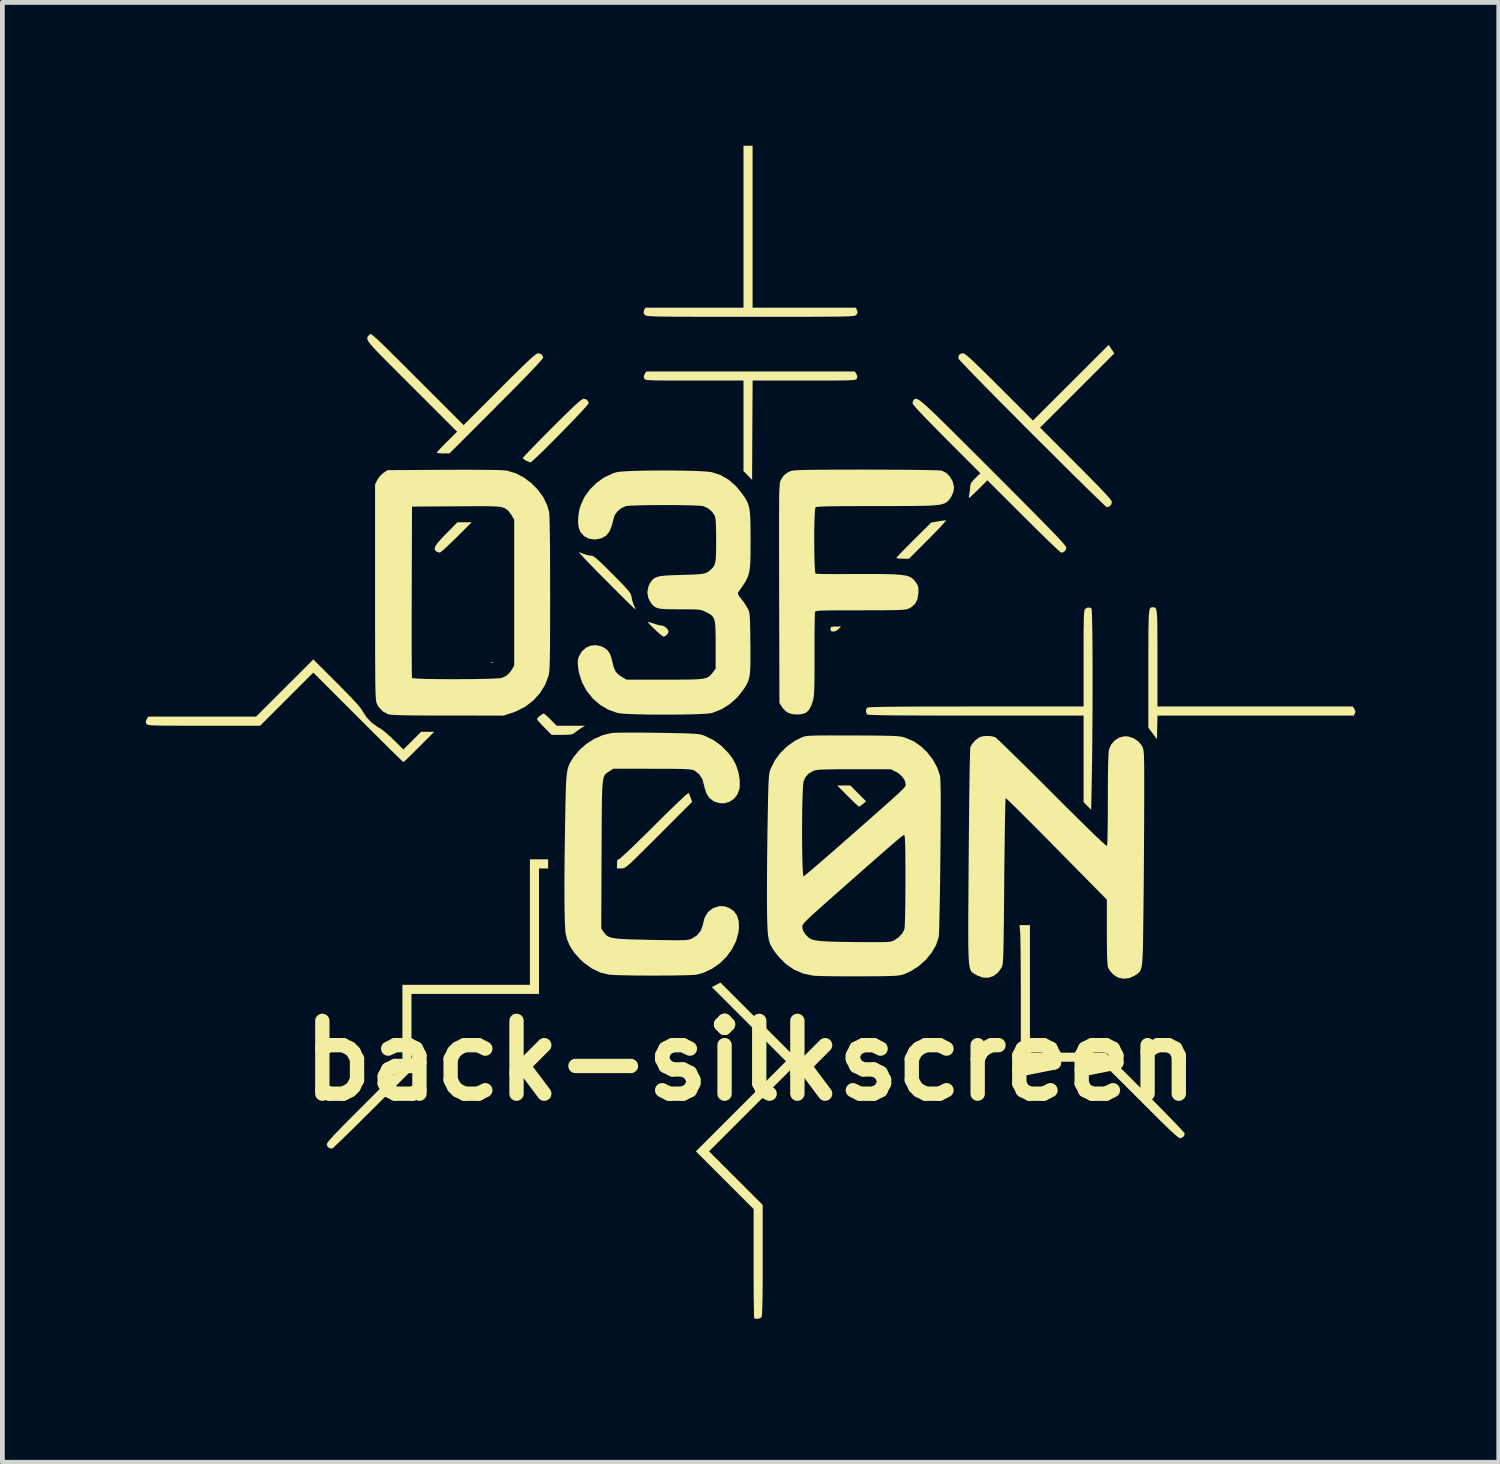
<source format=kicad_pcb>
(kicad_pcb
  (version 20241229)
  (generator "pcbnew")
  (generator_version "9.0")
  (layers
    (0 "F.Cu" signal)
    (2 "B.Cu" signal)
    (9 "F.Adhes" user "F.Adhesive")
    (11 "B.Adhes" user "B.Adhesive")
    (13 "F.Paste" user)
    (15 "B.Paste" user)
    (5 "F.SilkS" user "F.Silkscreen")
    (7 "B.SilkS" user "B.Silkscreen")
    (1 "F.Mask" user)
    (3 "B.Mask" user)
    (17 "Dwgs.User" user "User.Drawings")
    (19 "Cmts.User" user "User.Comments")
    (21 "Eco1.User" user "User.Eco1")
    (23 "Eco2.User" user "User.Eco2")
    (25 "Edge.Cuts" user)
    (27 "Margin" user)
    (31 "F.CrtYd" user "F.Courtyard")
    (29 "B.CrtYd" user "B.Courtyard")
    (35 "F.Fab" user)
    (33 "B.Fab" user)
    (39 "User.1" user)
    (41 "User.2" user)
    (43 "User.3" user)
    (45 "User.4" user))
  (footprint "back-silkscreen"
    (layer "F.Cu")
    (at 12.659 19.151)
    (property "Reference" "back-silkscreen" (at 0 0 0) (layer "F.SilkS") (effects (font (size 1.524 1.524) (thickness 0.3))))
    (attr board_only exclude_from_pos_files exclude_from_bom)
    (fp_poly (pts (xy -5.387 -8.338) (xy -5.393 -8.329) (xy -5.414 -8.327) (xy -5.437 -8.332) (xy -5.427 -8.34) (xy -5.394 -8.342)) (stroke (width 0) (type solid)) (fill yes) (layer "F.SilkS"))
    (fp_poly (pts (xy 1.843 -9.035) (xy 1.782 -8.993) (xy 1.733 -8.982) (xy 1.69 -8.989) (xy 1.675 -9.016) (xy 1.674 -9.035) (xy 1.677 -9.066) (xy 1.694 -9.082) (xy 1.735 -9.087) (xy 1.783 -9.088) (xy 1.893 -9.088)) (stroke (width 0) (type solid)) (fill yes) (layer "F.SilkS"))
    (fp_poly (pts (xy 2.253 -5.596) (xy 2.418 -5.43) (xy 2.351 -5.373) (xy 2.306 -5.338) (xy 2.275 -5.319) (xy 2.27 -5.317) (xy 2.251 -5.332) (xy 2.207 -5.371) (xy 2.145 -5.43) (xy 2.071 -5.503) (xy 2.034 -5.54) (xy 1.812 -5.762) (xy 2.088 -5.762)) (stroke (width 0) (type solid)) (fill yes) (layer "F.SilkS"))
    (fp_poly (pts (xy -5.986 -11.27) (xy -5.836 -11.27) (xy -6.155 -10.952) (xy -6.252 -10.858) (xy -6.339 -10.775) (xy -6.413 -10.707) (xy -6.468 -10.66) (xy -6.5 -10.637) (xy -6.505 -10.635) (xy -6.548 -10.646) (xy -6.572 -10.657) (xy -6.604 -10.684) (xy -6.613 -10.718) (xy -6.599 -10.764) (xy -6.56 -10.824) (xy -6.492 -10.904) (xy -6.395 -11.007) (xy -6.372 -11.03) (xy -6.135 -11.27)) (stroke (width 0) (type solid)) (fill yes) (layer "F.SilkS"))
    (fp_poly (pts (xy -2.134 -9.182) (xy -2.085 -9.168) (xy -2.033 -9.151) (xy -1.959 -9.128) (xy -1.893 -9.113) (xy -1.863 -9.11) (xy -1.809 -9.094) (xy -1.757 -9.055) (xy -1.723 -9.006) (xy -1.716 -8.979) (xy -1.733 -8.938) (xy -1.771 -8.898) (xy -1.814 -8.877) (xy -1.82 -8.876) (xy -1.846 -8.89) (xy -1.894 -8.928) (xy -1.957 -8.983) (xy -2.004 -9.028) (xy -2.069 -9.091) (xy -2.119 -9.143) (xy -2.149 -9.176) (xy -2.155 -9.185)) (stroke (width 0) (type solid)) (fill yes) (layer "F.SilkS"))
    (fp_poly (pts (xy 4.084 -11.298) (xy 4.051 -11.258) (xy 3.995 -11.196) (xy 3.919 -11.115) (xy 3.827 -11.02) (xy 3.723 -10.915) (xy 3.718 -10.91) (xy 3.316 -10.507) (xy 3.183 -10.507) (xy 3.114 -10.51) (xy 3.067 -10.516) (xy 3.051 -10.524) (xy 3.065 -10.542) (xy 3.106 -10.587) (xy 3.168 -10.652) (xy 3.249 -10.734) (xy 3.343 -10.829) (xy 3.416 -10.902) (xy 3.781 -11.264) (xy 3.922 -11.288) (xy 3.997 -11.301) (xy 4.059 -11.309) (xy 4.091 -11.312)) (stroke (width 0) (type solid)) (fill yes) (layer "F.SilkS"))
    (fp_poly (pts (xy -4.305 -7.252) (xy -4.262 -7.215) (xy -4.205 -7.161) (xy -4.184 -7.139) (xy -4.058 -7.012) (xy -3.761 -7.012) (xy -3.464 -7.012) (xy -3.538 -6.967) (xy -3.604 -6.923) (xy -3.667 -6.876) (xy -3.672 -6.872) (xy -3.703 -6.849) (xy -3.737 -6.834) (xy -3.784 -6.826) (xy -3.854 -6.822) (xy -3.948 -6.821) (xy -4.164 -6.821) (xy -4.317 -6.975) (xy -4.381 -7.042) (xy -4.432 -7.099) (xy -4.463 -7.138) (xy -4.47 -7.152) (xy -4.454 -7.177) (xy -4.417 -7.212) (xy -4.372 -7.245) (xy -4.335 -7.265) (xy -4.327 -7.266)) (stroke (width 0) (type solid)) (fill yes) (layer "F.SilkS"))
    (fp_poly (pts (xy -4.237 -4.025) (xy -4.428 -4.025) (xy -4.428 -1.398) (xy -7.097 -1.398) (xy -7.097 0.202) (xy -7.918 1.023) (xy -8.073 1.176) (xy -8.218 1.321) (xy -8.352 1.453) (xy -8.472 1.57) (xy -8.575 1.669) (xy -8.658 1.749) (xy -8.718 1.805) (xy -8.753 1.836) (xy -8.76 1.841) (xy -8.797 1.833) (xy -8.818 1.828) (xy -8.851 1.802) (xy -8.869 1.765) (xy -8.869 1.751) (xy -8.864 1.733) (xy -8.849 1.708) (xy -8.824 1.674) (xy -8.785 1.629) (xy -8.731 1.569) (xy -8.658 1.493) (xy -8.566 1.398) (xy -8.451 1.281) (xy -8.311 1.141) (xy -8.144 0.973) (xy -8.085 0.914) (xy -7.287 0.116) (xy -7.287 -1.589) (xy -4.618 -1.589) (xy -4.618 -4.216) (xy -4.237 -4.216)) (stroke (width 0) (type solid)) (fill yes) (layer "F.SilkS"))
    (fp_poly (pts (xy 0.194 -0.812) (xy 1.017 0.01) (xy 0.074 0.953) (xy -0.869 1.896) (xy 0.254 3.018) (xy 0.254 4.169) (xy 0.254 4.456) (xy 0.253 4.705) (xy 0.251 4.915) (xy 0.248 5.085) (xy 0.244 5.216) (xy 0.24 5.305) (xy 0.234 5.354) (xy 0.232 5.361) (xy 0.198 5.389) (xy 0.145 5.403) (xy 0.095 5.398) (xy 0.078 5.388) (xy 0.075 5.365) (xy 0.072 5.303) (xy 0.07 5.207) (xy 0.068 5.08) (xy 0.066 4.927) (xy 0.065 4.751) (xy 0.064 4.556) (xy 0.064 4.346) (xy 0.064 4.239) (xy 0.064 3.104) (xy -0.54 2.5) (xy -1.144 1.896) (xy -0.201 0.953) (xy 0.741 0.011) (xy -0.035 -0.766) (xy -0.811 -1.542) (xy -0.72 -1.589) (xy -0.629 -1.635)) (stroke (width 0) (type solid)) (fill yes) (layer "F.SilkS"))
    (fp_poly (pts (xy -1.28 -5.571) (xy -1.258 -5.516) (xy -1.252 -5.5) (xy -1.224 -5.418) (xy -1.92 -4.721) (xy -2.082 -4.559) (xy -2.218 -4.424) (xy -2.329 -4.314) (xy -2.418 -4.226) (xy -2.489 -4.158) (xy -2.545 -4.108) (xy -2.588 -4.072) (xy -2.621 -4.048) (xy -2.647 -4.034) (xy -2.668 -4.028) (xy -2.689 -4.025) (xy -2.706 -4.025) (xy -2.796 -4.025) (xy -2.796 -4.12) (xy -2.793 -4.181) (xy -2.781 -4.209) (xy -2.759 -4.216) (xy -2.737 -4.23) (xy -2.689 -4.272) (xy -2.616 -4.338) (xy -2.523 -4.425) (xy -2.413 -4.531) (xy -2.289 -4.652) (xy -2.153 -4.785) (xy -2.018 -4.919) (xy -1.861 -5.076) (xy -1.718 -5.216) (xy -1.593 -5.338) (xy -1.486 -5.44) (xy -1.401 -5.519) (xy -1.34 -5.573) (xy -1.305 -5.6) (xy -1.297 -5.603)) (stroke (width 0) (type solid)) (fill yes) (layer "F.SilkS"))
    (fp_poly (pts (xy 8.442 -9.49) (xy 8.46 -9.486) (xy 8.475 -9.475) (xy 8.487 -9.455) (xy 8.496 -9.42) (xy 8.503 -9.368) (xy 8.509 -9.296) (xy 8.512 -9.199) (xy 8.514 -9.075) (xy 8.515 -8.92) (xy 8.516 -8.731) (xy 8.516 -8.504) (xy 8.516 -8.427) (xy 8.516 -7.415) (xy 12.604 -7.415) (xy 12.637 -7.363) (xy 12.659 -7.315) (xy 12.65 -7.271) (xy 12.648 -7.268) (xy 12.624 -7.224) (xy 8.517 -7.224) (xy 8.511 -6.977) (xy 8.506 -6.73) (xy 8.325 -6.971) (xy 8.325 -8.206) (xy 8.325 -8.471) (xy 8.326 -8.697) (xy 8.326 -8.886) (xy 8.328 -9.043) (xy 8.33 -9.17) (xy 8.333 -9.271) (xy 8.338 -9.348) (xy 8.344 -9.404) (xy 8.352 -9.443) (xy 8.362 -9.468) (xy 8.375 -9.483) (xy 8.39 -9.489) (xy 8.408 -9.491) (xy 8.421 -9.491)) (stroke (width 0) (type solid)) (fill yes) (layer "F.SilkS"))
    (fp_poly (pts (xy 2.215 -14.375) (xy 2.236 -14.327) (xy 2.227 -14.284) (xy 2.225 -14.28) (xy 2.219 -14.27) (xy 2.21 -14.262) (xy 2.195 -14.255) (xy 2.169 -14.249) (xy 2.13 -14.245) (xy 2.074 -14.242) (xy 1.998 -14.239) (xy 1.897 -14.238) (xy 1.77 -14.237) (xy 1.611 -14.236) (xy 1.417 -14.236) (xy 1.186 -14.236) (xy 1.122 -14.236) (xy 0.043 -14.236) (xy 0.037 -13.197) (xy 0.032 -12.158) (xy -0.058 -12.25) (xy -0.148 -12.341) (xy -0.148 -14.236) (xy -1.175 -14.236) (xy -1.41 -14.236) (xy -1.606 -14.236) (xy -1.767 -14.237) (xy -1.896 -14.238) (xy -1.998 -14.239) (xy -2.075 -14.242) (xy -2.131 -14.245) (xy -2.17 -14.249) (xy -2.195 -14.255) (xy -2.211 -14.262) (xy -2.219 -14.27) (xy -2.225 -14.28) (xy -2.237 -14.323) (xy -2.218 -14.37) (xy -2.215 -14.375) (xy -2.181 -14.427) (xy 2.181 -14.427)) (stroke (width 0) (type solid)) (fill yes) (layer "F.SilkS"))
    (fp_poly (pts (xy 5.847 -0.169) (xy 7.425 -0.169) (xy 8.257 0.662) (xy 8.412 0.818) (xy 8.557 0.965) (xy 8.691 1.101) (xy 8.809 1.223) (xy 8.911 1.328) (xy 8.991 1.414) (xy 9.049 1.477) (xy 9.082 1.516) (xy 9.088 1.525) (xy 9.07 1.581) (xy 9.017 1.616) (xy 9.006 1.62) (xy 8.993 1.621) (xy 8.975 1.615) (xy 8.95 1.6) (xy 8.915 1.574) (xy 8.869 1.534) (xy 8.808 1.478) (xy 8.73 1.404) (xy 8.633 1.31) (xy 8.514 1.193) (xy 8.371 1.051) (xy 8.201 0.881) (xy 8.148 0.828) (xy 7.34 0.021) (xy 5.656 0.021) (xy 5.656 -1.266) (xy 5.656 -1.5) (xy 5.655 -1.725) (xy 5.654 -1.937) (xy 5.653 -2.132) (xy 5.651 -2.305) (xy 5.649 -2.452) (xy 5.647 -2.57) (xy 5.645 -2.653) (xy 5.642 -2.696) (xy 5.629 -2.839) (xy 5.847 -2.839)) (stroke (width 0) (type solid)) (fill yes) (layer "F.SilkS"))
    (fp_poly (pts (xy -3.43 -13.839) (xy -3.395 -13.795) (xy -3.389 -13.761) (xy -3.404 -13.738) (xy -3.445 -13.69) (xy -3.508 -13.619) (xy -3.589 -13.532) (xy -3.686 -13.43) (xy -3.793 -13.319) (xy -3.907 -13.201) (xy -4.024 -13.082) (xy -4.14 -12.965) (xy -4.251 -12.854) (xy -4.354 -12.752) (xy -4.445 -12.665) (xy -4.519 -12.595) (xy -4.573 -12.547) (xy -4.603 -12.524) (xy -4.607 -12.523) (xy -4.639 -12.534) (xy -4.69 -12.556) (xy -4.697 -12.56) (xy -4.742 -12.588) (xy -4.765 -12.612) (xy -4.766 -12.615) (xy -4.752 -12.635) (xy -4.71 -12.68) (xy -4.645 -12.749) (xy -4.559 -12.838) (xy -4.456 -12.944) (xy -4.339 -13.063) (xy -4.21 -13.192) (xy -4.157 -13.246) (xy -3.998 -13.404) (xy -3.866 -13.534) (xy -3.758 -13.639) (xy -3.673 -13.72) (xy -3.606 -13.78) (xy -3.557 -13.82) (xy -3.522 -13.844) (xy -3.499 -13.854) (xy -3.494 -13.855)) (stroke (width 0) (type solid)) (fill yes) (layer "F.SilkS"))
    (fp_poly (pts (xy -3.498 -10.61) (xy -3.434 -10.589) (xy -3.389 -10.577) (xy -3.351 -10.572) (xy -3.336 -10.572) (xy -3.313 -10.568) (xy -3.283 -10.554) (xy -3.245 -10.526) (xy -3.193 -10.482) (xy -3.125 -10.419) (xy -3.036 -10.332) (xy -2.922 -10.218) (xy -2.888 -10.184) (xy -2.771 -10.066) (xy -2.68 -9.973) (xy -2.612 -9.901) (xy -2.563 -9.846) (xy -2.53 -9.804) (xy -2.51 -9.77) (xy -2.498 -9.74) (xy -2.492 -9.709) (xy -2.49 -9.7) (xy -2.473 -9.62) (xy -2.445 -9.542) (xy -2.438 -9.525) (xy -2.416 -9.478) (xy -2.41 -9.451) (xy -2.412 -9.448) (xy -2.43 -9.463) (xy -2.474 -9.504) (xy -2.541 -9.569) (xy -2.628 -9.655) (xy -2.733 -9.758) (xy -2.851 -9.876) (xy -2.979 -10.004) (xy -3.029 -10.055) (xy -3.159 -10.185) (xy -3.277 -10.306) (xy -3.38 -10.412) (xy -3.466 -10.502) (xy -3.532 -10.573) (xy -3.575 -10.621) (xy -3.592 -10.644) (xy -3.591 -10.645)) (stroke (width 0) (type solid)) (fill yes) (layer "F.SilkS"))
    (fp_poly (pts (xy 0.042 -15.761) (xy 2.204 -15.761) (xy 2.228 -15.708) (xy 2.241 -15.662) (xy 2.223 -15.623) (xy 2.214 -15.613) (xy 2.207 -15.606) (xy 2.198 -15.6) (xy 2.184 -15.595) (xy 2.163 -15.59) (xy 2.133 -15.586) (xy 2.09 -15.583) (xy 2.033 -15.58) (xy 1.959 -15.577) (xy 1.866 -15.575) (xy 1.751 -15.574) (xy 1.611 -15.573) (xy 1.445 -15.572) (xy 1.249 -15.571) (xy 1.022 -15.571) (xy 0.76 -15.571) (xy 0.462 -15.571) (xy 0.125 -15.57) (xy 0 -15.57) (xy -0.351 -15.57) (xy -0.662 -15.571) (xy -0.936 -15.571) (xy -1.175 -15.571) (xy -1.381 -15.572) (xy -1.557 -15.572) (xy -1.706 -15.573) (xy -1.829 -15.575) (xy -1.93 -15.577) (xy -2.01 -15.579) (xy -2.072 -15.582) (xy -2.12 -15.585) (xy -2.154 -15.589) (xy -2.178 -15.593) (xy -2.194 -15.598) (xy -2.204 -15.604) (xy -2.212 -15.61) (xy -2.214 -15.613) (xy -2.24 -15.653) (xy -2.234 -15.695) (xy -2.228 -15.708) (xy -2.204 -15.761) (xy -0.148 -15.761) (xy -0.148 -19.151) (xy 0.042 -19.151)) (stroke (width 0) (type solid)) (fill yes) (layer "F.SilkS"))
    (fp_poly (pts (xy 7.554 -14.894) (xy 7.613 -14.805) (xy 6.836 -14.028) (xy 6.059 -13.251) (xy 6.811 -12.498) (xy 6.986 -12.323) (xy 7.132 -12.175) (xy 7.253 -12.052) (xy 7.351 -11.951) (xy 7.426 -11.87) (xy 7.483 -11.807) (xy 7.523 -11.76) (xy 7.548 -11.725) (xy 7.56 -11.701) (xy 7.563 -11.689) (xy 7.544 -11.632) (xy 7.496 -11.596) (xy 7.453 -11.588) (xy 7.435 -11.602) (xy 7.388 -11.645) (xy 7.316 -11.714) (xy 7.22 -11.807) (xy 7.102 -11.921) (xy 6.965 -12.056) (xy 6.809 -12.209) (xy 6.638 -12.378) (xy 6.453 -12.562) (xy 6.257 -12.757) (xy 6.051 -12.962) (xy 5.894 -13.118) (xy 5.682 -13.331) (xy 5.479 -13.535) (xy 5.285 -13.73) (xy 5.105 -13.912) (xy 4.939 -14.081) (xy 4.789 -14.234) (xy 4.658 -14.368) (xy 4.547 -14.483) (xy 4.46 -14.575) (xy 4.396 -14.643) (xy 4.359 -14.684) (xy 4.35 -14.697) (xy 4.353 -14.755) (xy 4.39 -14.795) (xy 4.446 -14.808) (xy 4.465 -14.803) (xy 4.493 -14.785) (xy 4.533 -14.754) (xy 4.589 -14.706) (xy 4.661 -14.64) (xy 4.752 -14.552) (xy 4.865 -14.442) (xy 5.003 -14.306) (xy 5.167 -14.142) (xy 5.206 -14.104) (xy 5.91 -13.399) (xy 6.703 -14.191) (xy 7.495 -14.983)) (stroke (width 0) (type solid)) (fill yes) (layer "F.SilkS"))
    (fp_poly (pts (xy -8.663 -7.912) (xy -8.507 -7.754) (xy -8.379 -7.623) (xy -8.279 -7.516) (xy -8.204 -7.432) (xy -8.153 -7.367) (xy -8.123 -7.321) (xy -8.122 -7.319) (xy -8.039 -7.191) (xy -7.93 -7.076) (xy -7.808 -6.989) (xy -7.785 -6.976) (xy -7.725 -6.938) (xy -7.645 -6.876) (xy -7.554 -6.796) (xy -7.473 -6.719) (xy -7.266 -6.515) (xy -7.08 -6.7) (xy -6.895 -6.885) (xy -6.621 -6.885) (xy -6.938 -6.567) (xy -7.032 -6.473) (xy -7.117 -6.39) (xy -7.186 -6.322) (xy -7.237 -6.275) (xy -7.263 -6.251) (xy -7.266 -6.249) (xy -7.282 -6.264) (xy -7.326 -6.306) (xy -7.395 -6.373) (xy -7.486 -6.462) (xy -7.596 -6.571) (xy -7.724 -6.698) (xy -7.866 -6.839) (xy -8.02 -6.993) (xy -8.183 -7.156) (xy -8.214 -7.187) (xy -9.152 -8.124) (xy -9.708 -7.568) (xy -10.264 -7.012) (xy -11.444 -7.012) (xy -11.697 -7.012) (xy -11.912 -7.012) (xy -12.09 -7.013) (xy -12.237 -7.013) (xy -12.354 -7.015) (xy -12.445 -7.017) (xy -12.515 -7.019) (xy -12.565 -7.023) (xy -12.599 -7.027) (xy -12.622 -7.033) (xy -12.635 -7.04) (xy -12.643 -7.048) (xy -12.648 -7.056) (xy -12.659 -7.1) (xy -12.64 -7.147) (xy -12.637 -7.151) (xy -12.604 -7.203) (xy -10.349 -7.203) (xy -9.75 -7.801) (xy -9.152 -8.399)) (stroke (width 0) (type solid)) (fill yes) (layer "F.SilkS"))
    (fp_poly (pts (xy -7.943 -15.205) (xy -7.92 -15.191) (xy -7.889 -15.167) (xy -7.846 -15.13) (xy -7.789 -15.078) (xy -7.716 -15.008) (xy -7.625 -14.92) (xy -7.514 -14.81) (xy -7.38 -14.677) (xy -7.221 -14.519) (xy -7.035 -14.333) (xy -6.974 -14.272) (xy -6.006 -13.304) (xy -5.254 -14.056) (xy -5.077 -14.233) (xy -4.927 -14.381) (xy -4.802 -14.504) (xy -4.7 -14.602) (xy -4.618 -14.679) (xy -4.555 -14.735) (xy -4.508 -14.774) (xy -4.475 -14.797) (xy -4.453 -14.807) (xy -4.448 -14.808) (xy -4.384 -14.792) (xy -4.348 -14.748) (xy -4.343 -14.714) (xy -4.358 -14.689) (xy -4.404 -14.635) (xy -4.479 -14.552) (xy -4.585 -14.44) (xy -4.72 -14.3) (xy -4.885 -14.131) (xy -5.079 -13.935) (xy -5.303 -13.711) (xy -5.322 -13.691) (xy -6.302 -12.711) (xy -6.434 -12.711) (xy -6.503 -12.713) (xy -6.551 -12.719) (xy -6.567 -12.727) (xy -6.553 -12.747) (xy -6.514 -12.791) (xy -6.455 -12.853) (xy -6.383 -12.927) (xy -6.355 -12.954) (xy -6.143 -13.166) (xy -7.099 -14.121) (xy -7.293 -14.315) (xy -7.459 -14.482) (xy -7.599 -14.622) (xy -7.716 -14.74) (xy -7.81 -14.837) (xy -7.884 -14.916) (xy -7.941 -14.98) (xy -7.981 -15.03) (xy -8.006 -15.068) (xy -8.02 -15.099) (xy -8.023 -15.123) (xy -8.018 -15.143) (xy -8.007 -15.161) (xy -7.991 -15.181) (xy -7.976 -15.199) (xy -7.968 -15.206) (xy -7.958 -15.209)) (stroke (width 0) (type solid)) (fill yes) (layer "F.SilkS"))
    (fp_poly (pts (xy 7.111 -9.482) (xy 7.135 -9.465) (xy 7.139 -9.44) (xy 7.143 -9.376) (xy 7.147 -9.276) (xy 7.15 -9.144) (xy 7.153 -8.983) (xy 7.155 -8.797) (xy 7.156 -8.589) (xy 7.158 -8.363) (xy 7.158 -8.121) (xy 7.158 -7.868) (xy 7.158 -7.607) (xy 7.157 -7.34) (xy 7.155 -7.073) (xy 7.153 -6.807) (xy 7.151 -6.547) (xy 7.148 -6.295) (xy 7.144 -6.056) (xy 7.142 -5.925) (xy 7.129 -5.252) (xy 7.049 -5.333) (xy 6.97 -5.414) (xy 6.97 -7.224) (xy 4.718 -7.224) (xy 4.34 -7.224) (xy 4.003 -7.224) (xy 3.705 -7.225) (xy 3.443 -7.226) (xy 3.216 -7.227) (xy 3.023 -7.228) (xy 2.861 -7.23) (xy 2.728 -7.232) (xy 2.623 -7.235) (xy 2.543 -7.238) (xy 2.487 -7.241) (xy 2.454 -7.245) (xy 2.44 -7.249) (xy 2.419 -7.291) (xy 2.415 -7.319) (xy 2.426 -7.368) (xy 2.44 -7.389) (xy 2.454 -7.393) (xy 2.489 -7.397) (xy 2.545 -7.401) (xy 2.625 -7.403) (xy 2.731 -7.406) (xy 2.865 -7.408) (xy 3.028 -7.41) (xy 3.222 -7.411) (xy 3.449 -7.413) (xy 3.712 -7.413) (xy 4.011 -7.414) (xy 4.349 -7.414) (xy 4.718 -7.415) (xy 6.97 -7.415) (xy 6.97 -8.419) (xy 6.97 -8.654) (xy 6.97 -8.851) (xy 6.971 -9.012) (xy 6.973 -9.141) (xy 6.975 -9.243) (xy 6.978 -9.319) (xy 6.982 -9.375) (xy 6.986 -9.414) (xy 6.992 -9.439) (xy 7 -9.454) (xy 7.003 -9.457) (xy 7.056 -9.487)) (stroke (width 0) (type solid)) (fill yes) (layer "F.SilkS"))
    (fp_poly (pts (xy 3.476 -13.853) (xy 3.501 -13.843) (xy 3.533 -13.824) (xy 3.574 -13.793) (xy 3.627 -13.75) (xy 3.692 -13.692) (xy 3.771 -13.619) (xy 3.867 -13.528) (xy 3.98 -13.417) (xy 4.114 -13.286) (xy 4.268 -13.133) (xy 4.446 -12.956) (xy 4.65 -12.753) (xy 4.88 -12.523) (xy 5.079 -12.324) (xy 5.333 -12.07) (xy 5.558 -11.844) (xy 5.756 -11.645) (xy 5.929 -11.47) (xy 6.078 -11.319) (xy 6.205 -11.19) (xy 6.312 -11.08) (xy 6.399 -10.989) (xy 6.468 -10.915) (xy 6.522 -10.856) (xy 6.562 -10.81) (xy 6.588 -10.776) (xy 6.604 -10.753) (xy 6.609 -10.738) (xy 6.61 -10.736) (xy 6.591 -10.679) (xy 6.543 -10.642) (xy 6.5 -10.635) (xy 6.48 -10.649) (xy 6.434 -10.691) (xy 6.363 -10.757) (xy 6.271 -10.845) (xy 6.161 -10.951) (xy 6.036 -11.073) (xy 5.899 -11.209) (xy 5.752 -11.354) (xy 5.715 -11.391) (xy 4.957 -12.148) (xy 4.771 -11.963) (xy 4.699 -11.893) (xy 4.638 -11.835) (xy 4.594 -11.795) (xy 4.573 -11.779) (xy 4.572 -11.778) (xy 4.568 -11.797) (xy 4.574 -11.842) (xy 4.578 -11.858) (xy 4.591 -11.934) (xy 4.596 -12.01) (xy 4.596 -12.012) (xy 4.603 -12.06) (xy 4.624 -12.104) (xy 4.669 -12.158) (xy 4.703 -12.192) (xy 4.809 -12.296) (xy 4.099 -13.007) (xy 3.913 -13.195) (xy 3.754 -13.357) (xy 3.623 -13.492) (xy 3.521 -13.601) (xy 3.447 -13.683) (xy 3.403 -13.737) (xy 3.389 -13.761) (xy 3.401 -13.809) (xy 3.415 -13.829) (xy 3.428 -13.841) (xy 3.441 -13.851) (xy 3.457 -13.855)) (stroke (width 0) (type solid)) (fill yes) (layer "F.SilkS"))
    (fp_poly (pts (xy -5.635 -12.368) (xy -5.455 -12.366) (xy -5.312 -12.364) (xy -5.203 -12.36) (xy -5.129 -12.354) (xy -5.095 -12.35) (xy -4.916 -12.296) (xy -4.745 -12.207) (xy -4.587 -12.089) (xy -4.449 -11.948) (xy -4.335 -11.79) (xy -4.254 -11.62) (xy -4.216 -11.484) (xy -4.212 -11.44) (xy -4.208 -11.356) (xy -4.205 -11.234) (xy -4.202 -11.076) (xy -4.199 -10.884) (xy -4.197 -10.66) (xy -4.196 -10.407) (xy -4.195 -10.127) (xy -4.195 -9.821) (xy -4.194 -9.778) (xy -4.195 -9.473) (xy -4.195 -9.208) (xy -4.196 -8.98) (xy -4.197 -8.784) (xy -4.198 -8.62) (xy -4.2 -8.483) (xy -4.202 -8.371) (xy -4.205 -8.28) (xy -4.208 -8.208) (xy -4.213 -8.152) (xy -4.218 -8.11) (xy -4.223 -8.077) (xy -4.227 -8.061) (xy -4.298 -7.871) (xy -4.405 -7.697) (xy -4.544 -7.543) (xy -4.711 -7.414) (xy -4.901 -7.315) (xy -5.004 -7.277) (xy -5.171 -7.224) (xy -6.341 -7.225) (xy -6.605 -7.225) (xy -6.83 -7.226) (xy -7.019 -7.227) (xy -7.175 -7.229) (xy -7.301 -7.232) (xy -7.4 -7.235) (xy -7.476 -7.239) (xy -7.532 -7.243) (xy -7.57 -7.249) (xy -7.591 -7.255) (xy -7.702 -7.315) (xy -7.786 -7.407) (xy -7.819 -7.467) (xy -7.826 -7.482) (xy -7.831 -7.501) (xy -7.836 -7.524) (xy -7.84 -7.556) (xy -7.844 -7.598) (xy -7.847 -7.653) (xy -7.85 -7.724) (xy -7.852 -7.812) (xy -7.854 -7.921) (xy -7.855 -8.052) (xy -7.856 -8.209) (xy -7.857 -8.393) (xy -7.858 -8.608) (xy -7.858 -8.855) (xy -7.859 -9.044) (xy -7.093 -9.044) (xy -7.093 -8.818) (xy -7.093 -8.614) (xy -7.092 -8.434) (xy -7.091 -8.282) (xy -7.09 -8.161) (xy -7.089 -8.074) (xy -7.088 -8.024) (xy -7.087 -8.013) (xy -7.064 -8.006) (xy -7.004 -8.001) (xy -6.912 -7.996) (xy -6.793 -7.992) (xy -6.653 -7.989) (xy -6.497 -7.987) (xy -6.33 -7.986) (xy -6.157 -7.986) (xy -5.984 -7.987) (xy -5.815 -7.988) (xy -5.657 -7.991) (xy -5.513 -7.994) (xy -5.39 -7.998) (xy -5.293 -8.003) (xy -5.227 -8.009) (xy -5.2 -8.015) (xy -5.106 -8.063) (xy -5.036 -8.13) (xy -4.996 -8.188) (xy -4.947 -8.272) (xy -4.947 -11.323) (xy -5.007 -11.426) (xy -5.065 -11.505) (xy -5.133 -11.557) (xy -5.159 -11.569) (xy -5.183 -11.579) (xy -5.21 -11.587) (xy -5.243 -11.593) (xy -5.288 -11.598) (xy -5.347 -11.602) (xy -5.426 -11.604) (xy -5.528 -11.606) (xy -5.657 -11.606) (xy -5.817 -11.606) (xy -6.013 -11.605) (xy -6.168 -11.604) (xy -7.086 -11.598) (xy -7.092 -9.819) (xy -7.092 -9.548) (xy -7.093 -9.288) (xy -7.093 -9.044) (xy -7.859 -9.044) (xy -7.859 -9.137) (xy -7.859 -9.457) (xy -7.859 -9.807) (xy -7.859 -12.062) (xy -7.814 -12.155) (xy -7.754 -12.242) (xy -7.684 -12.304) (xy -7.598 -12.361) (xy -6.41 -12.368) (xy -6.111 -12.369) (xy -5.853 -12.369)) (stroke (width 0) (type solid)) (fill yes) (layer "F.SilkS"))
    (fp_poly (pts (xy -2.287 -6.868) (xy -2.105 -6.866) (xy -1.915 -6.863) (xy -1.907 -6.863) (xy -1.698 -6.86) (xy -1.526 -6.856) (xy -1.388 -6.853) (xy -1.279 -6.849) (xy -1.193 -6.844) (xy -1.127 -6.839) (xy -1.076 -6.833) (xy -1.035 -6.825) (xy -0.999 -6.815) (xy -0.966 -6.803) (xy -0.78 -6.714) (xy -0.608 -6.588) (xy -0.456 -6.432) (xy -0.375 -6.324) (xy -0.304 -6.188) (xy -0.253 -6.034) (xy -0.227 -5.878) (xy -0.227 -5.731) (xy -0.234 -5.685) (xy -0.276 -5.573) (xy -0.348 -5.483) (xy -0.442 -5.419) (xy -0.551 -5.388) (xy -0.642 -5.39) (xy -0.763 -5.426) (xy -0.856 -5.494) (xy -0.924 -5.593) (xy -0.966 -5.726) (xy -0.972 -5.76) (xy -1.01 -5.894) (xy -1.075 -5.997) (xy -1.167 -6.068) (xy -1.184 -6.077) (xy -1.208 -6.086) (xy -1.241 -6.093) (xy -1.286 -6.099) (xy -1.347 -6.103) (xy -1.429 -6.106) (xy -1.536 -6.109) (xy -1.672 -6.11) (xy -1.842 -6.111) (xy -2.049 -6.111) (xy -2.067 -6.111) (xy -2.873 -6.112) (xy -2.959 -6.055) (xy -2.987 -6.037) (xy -3.011 -6.021) (xy -3.033 -6.003) (xy -3.051 -5.981) (xy -3.066 -5.952) (xy -3.078 -5.913) (xy -3.088 -5.861) (xy -3.096 -5.793) (xy -3.103 -5.706) (xy -3.107 -5.598) (xy -3.111 -5.464) (xy -3.113 -5.304) (xy -3.115 -5.112) (xy -3.116 -4.888) (xy -3.117 -4.626) (xy -3.119 -4.326) (xy -3.119 -4.309) (xy -3.125 -2.765) (xy -3.074 -2.693) (xy -3.047 -2.657) (xy -3.019 -2.628) (xy -2.985 -2.604) (xy -2.943 -2.585) (xy -2.886 -2.57) (xy -2.811 -2.559) (xy -2.715 -2.55) (xy -2.591 -2.543) (xy -2.437 -2.538) (xy -2.248 -2.534) (xy -2.086 -2.53) (xy -1.885 -2.526) (xy -1.723 -2.524) (xy -1.593 -2.522) (xy -1.492 -2.522) (xy -1.415 -2.523) (xy -1.357 -2.526) (xy -1.314 -2.531) (xy -1.28 -2.538) (xy -1.253 -2.546) (xy -1.226 -2.558) (xy -1.226 -2.558) (xy -1.118 -2.627) (xy -1.041 -2.724) (xy -0.998 -2.846) (xy -0.993 -2.874) (xy -0.958 -3.005) (xy -0.891 -3.111) (xy -0.797 -3.187) (xy -0.779 -3.196) (xy -0.662 -3.235) (xy -0.55 -3.233) (xy -0.453 -3.201) (xy -0.352 -3.134) (xy -0.283 -3.039) (xy -0.247 -2.918) (xy -0.243 -2.77) (xy -0.253 -2.688) (xy -0.303 -2.506) (xy -0.389 -2.333) (xy -0.506 -2.174) (xy -0.649 -2.035) (xy -0.812 -1.922) (xy -0.989 -1.841) (xy -1.132 -1.802) (xy -1.185 -1.797) (xy -1.273 -1.792) (xy -1.393 -1.789) (xy -1.536 -1.786) (xy -1.698 -1.784) (xy -1.871 -1.783) (xy -2.051 -1.782) (xy -2.231 -1.783) (xy -2.406 -1.784) (xy -2.568 -1.787) (xy -2.712 -1.79) (xy -2.832 -1.794) (xy -2.923 -1.799) (xy -2.966 -1.803) (xy -3.143 -1.846) (xy -3.318 -1.929) (xy -3.485 -2.049) (xy -3.57 -2.127) (xy -3.69 -2.262) (xy -3.777 -2.392) (xy -3.836 -2.529) (xy -3.867 -2.642) (xy -3.876 -2.71) (xy -3.883 -2.819) (xy -3.889 -2.967) (xy -3.893 -3.154) (xy -3.895 -3.378) (xy -3.896 -3.638) (xy -3.895 -3.932) (xy -3.892 -4.26) (xy -3.887 -4.619) (xy -3.881 -5.009) (xy -3.878 -5.18) (xy -3.874 -5.405) (xy -3.869 -5.592) (xy -3.864 -5.746) (xy -3.858 -5.871) (xy -3.849 -5.973) (xy -3.838 -6.055) (xy -3.823 -6.123) (xy -3.804 -6.18) (xy -3.78 -6.232) (xy -3.751 -6.283) (xy -3.716 -6.338) (xy -3.702 -6.359) (xy -3.582 -6.504) (xy -3.435 -6.632) (xy -3.27 -6.738) (xy -3.094 -6.815) (xy -2.919 -6.857) (xy -2.887 -6.861) (xy -2.828 -6.864) (xy -2.733 -6.867) (xy -2.607 -6.868) (xy -2.457 -6.868)) (stroke (width 0) (type solid)) (fill yes) (layer "F.SilkS"))
    (fp_poly (pts (xy 2.719 -12.371) (xy 2.993 -12.37) (xy 3.239 -12.369) (xy 3.454 -12.367) (xy 3.637 -12.364) (xy 3.786 -12.361) (xy 3.898 -12.358) (xy 3.972 -12.354) (xy 4.005 -12.35) (xy 4.093 -12.306) (xy 4.169 -12.23) (xy 4.226 -12.134) (xy 4.255 -12.028) (xy 4.258 -11.987) (xy 4.244 -11.906) (xy 4.207 -11.817) (xy 4.157 -11.74) (xy 4.113 -11.697) (xy 4.086 -11.679) (xy 4.056 -11.664) (xy 4.02 -11.651) (xy 3.975 -11.641) (xy 3.917 -11.632) (xy 3.844 -11.625) (xy 3.752 -11.619) (xy 3.637 -11.615) (xy 3.496 -11.613) (xy 3.326 -11.611) (xy 3.124 -11.61) (xy 2.886 -11.609) (xy 2.622 -11.609) (xy 2.345 -11.609) (xy 2.108 -11.608) (xy 1.908 -11.607) (xy 1.744 -11.605) (xy 1.612 -11.603) (xy 1.511 -11.6) (xy 1.437 -11.596) (xy 1.389 -11.591) (xy 1.364 -11.586) (xy 1.36 -11.584) (xy 1.352 -11.555) (xy 1.346 -11.492) (xy 1.341 -11.398) (xy 1.337 -11.281) (xy 1.334 -11.148) (xy 1.333 -11.003) (xy 1.333 -10.853) (xy 1.334 -10.706) (xy 1.336 -10.565) (xy 1.339 -10.439) (xy 1.344 -10.333) (xy 1.35 -10.253) (xy 1.357 -10.206) (xy 1.361 -10.196) (xy 1.388 -10.192) (xy 1.452 -10.189) (xy 1.548 -10.187) (xy 1.671 -10.186) (xy 1.815 -10.185) (xy 1.975 -10.186) (xy 2.076 -10.187) (xy 2.258 -10.188) (xy 2.438 -10.188) (xy 2.611 -10.188) (xy 2.767 -10.186) (xy 2.899 -10.183) (xy 3 -10.18) (xy 3.025 -10.179) (xy 3.158 -10.168) (xy 3.258 -10.153) (xy 3.332 -10.129) (xy 3.389 -10.094) (xy 3.438 -10.043) (xy 3.47 -9.998) (xy 3.498 -9.95) (xy 3.512 -9.9) (xy 3.515 -9.833) (xy 3.513 -9.787) (xy 3.493 -9.661) (xy 3.446 -9.566) (xy 3.37 -9.496) (xy 3.317 -9.467) (xy 3.294 -9.458) (xy 3.267 -9.45) (xy 3.232 -9.444) (xy 3.185 -9.439) (xy 3.123 -9.435) (xy 3.041 -9.432) (xy 2.934 -9.43) (xy 2.8 -9.429) (xy 2.634 -9.428) (xy 2.432 -9.428) (xy 2.295 -9.427) (xy 2.071 -9.427) (xy 1.885 -9.427) (xy 1.735 -9.426) (xy 1.616 -9.425) (xy 1.524 -9.422) (xy 1.456 -9.42) (xy 1.409 -9.416) (xy 1.378 -9.411) (xy 1.36 -9.404) (xy 1.351 -9.396) (xy 1.348 -9.39) (xy 1.346 -9.361) (xy 1.344 -9.295) (xy 1.342 -9.196) (xy 1.341 -9.068) (xy 1.339 -8.917) (xy 1.339 -8.748) (xy 1.339 -8.565) (xy 1.339 -8.503) (xy 1.339 -8.286) (xy 1.338 -8.106) (xy 1.337 -7.959) (xy 1.335 -7.842) (xy 1.332 -7.75) (xy 1.328 -7.678) (xy 1.322 -7.622) (xy 1.315 -7.578) (xy 1.306 -7.54) (xy 1.304 -7.531) (xy 1.266 -7.422) (xy 1.224 -7.345) (xy 1.173 -7.294) (xy 1.142 -7.276) (xy 1.067 -7.253) (xy 0.971 -7.247) (xy 0.873 -7.255) (xy 0.792 -7.279) (xy 0.787 -7.281) (xy 0.731 -7.321) (xy 0.675 -7.379) (xy 0.66 -7.401) (xy 0.604 -7.486) (xy 0.598 -9.781) (xy 0.597 -10.142) (xy 0.597 -10.464) (xy 0.596 -10.748) (xy 0.596 -10.997) (xy 0.596 -11.213) (xy 0.596 -11.4) (xy 0.597 -11.558) (xy 0.598 -11.691) (xy 0.599 -11.801) (xy 0.601 -11.891) (xy 0.604 -11.962) (xy 0.607 -12.018) (xy 0.61 -12.061) (xy 0.614 -12.093) (xy 0.619 -12.117) (xy 0.624 -12.135) (xy 0.63 -12.149) (xy 0.633 -12.155) (xy 0.689 -12.243) (xy 0.76 -12.303) (xy 0.832 -12.339) (xy 0.851 -12.345) (xy 0.879 -12.351) (xy 0.918 -12.356) (xy 0.972 -12.359) (xy 1.042 -12.363) (xy 1.133 -12.365) (xy 1.248 -12.367) (xy 1.388 -12.369) (xy 1.557 -12.37) (xy 1.759 -12.371) (xy 1.995 -12.371) (xy 2.27 -12.372) (xy 2.42 -12.372)) (stroke (width 0) (type solid)) (fill yes) (layer "F.SilkS"))
    (fp_poly (pts (xy 5.046 -6.792) (xy 5.119 -6.772) (xy 5.122 -6.77) (xy 5.146 -6.75) (xy 5.198 -6.703) (xy 5.274 -6.63) (xy 5.373 -6.535) (xy 5.491 -6.419) (xy 5.628 -6.285) (xy 5.779 -6.136) (xy 5.944 -5.973) (xy 6.118 -5.799) (xy 6.3 -5.617) (xy 6.312 -5.605) (xy 6.556 -5.361) (xy 6.772 -5.147) (xy 6.958 -4.964) (xy 7.115 -4.81) (xy 7.243 -4.687) (xy 7.341 -4.595) (xy 7.41 -4.533) (xy 7.45 -4.501) (xy 7.461 -4.497) (xy 7.464 -4.523) (xy 7.468 -4.587) (xy 7.47 -4.684) (xy 7.473 -4.811) (xy 7.475 -4.963) (xy 7.477 -5.135) (xy 7.477 -5.322) (xy 7.478 -5.472) (xy 7.478 -5.741) (xy 7.48 -5.972) (xy 7.483 -6.164) (xy 7.487 -6.315) (xy 7.492 -6.426) (xy 7.498 -6.496) (xy 7.502 -6.514) (xy 7.547 -6.62) (xy 7.622 -6.705) (xy 7.717 -6.764) (xy 7.824 -6.791) (xy 7.904 -6.787) (xy 8.019 -6.749) (xy 8.117 -6.683) (xy 8.188 -6.598) (xy 8.196 -6.582) (xy 8.206 -6.561) (xy 8.214 -6.539) (xy 8.221 -6.513) (xy 8.226 -6.478) (xy 8.23 -6.431) (xy 8.234 -6.369) (xy 8.236 -6.288) (xy 8.238 -6.185) (xy 8.239 -6.055) (xy 8.239 -5.896) (xy 8.239 -5.704) (xy 8.239 -5.475) (xy 8.238 -5.326) (xy 8.238 -5.058) (xy 8.236 -4.763) (xy 8.234 -4.45) (xy 8.232 -4.13) (xy 8.23 -3.814) (xy 8.227 -3.513) (xy 8.224 -3.236) (xy 8.222 -3.072) (xy 8.219 -2.818) (xy 8.216 -2.604) (xy 8.213 -2.425) (xy 8.209 -2.277) (xy 8.204 -2.158) (xy 8.197 -2.063) (xy 8.188 -1.989) (xy 8.176 -1.933) (xy 8.16 -1.891) (xy 8.141 -1.859) (xy 8.117 -1.834) (xy 8.088 -1.813) (xy 8.054 -1.791) (xy 8.034 -1.778) (xy 7.92 -1.728) (xy 7.8 -1.717) (xy 7.685 -1.743) (xy 7.679 -1.746) (xy 7.599 -1.798) (xy 7.527 -1.874) (xy 7.48 -1.955) (xy 7.479 -1.956) (xy 7.473 -1.996) (xy 7.467 -2.076) (xy 7.462 -2.194) (xy 7.459 -2.346) (xy 7.457 -2.531) (xy 7.457 -2.694) (xy 7.457 -3.372) (xy 6.405 -4.439) (xy 6.231 -4.616) (xy 6.065 -4.783) (xy 5.911 -4.938) (xy 5.77 -5.079) (xy 5.644 -5.204) (xy 5.537 -5.31) (xy 5.451 -5.394) (xy 5.387 -5.455) (xy 5.349 -5.49) (xy 5.339 -5.497) (xy 5.336 -5.475) (xy 5.334 -5.414) (xy 5.331 -5.317) (xy 5.328 -5.187) (xy 5.325 -5.027) (xy 5.322 -4.84) (xy 5.319 -4.63) (xy 5.316 -4.4) (xy 5.313 -4.153) (xy 5.31 -3.892) (xy 5.309 -3.759) (xy 5.307 -3.447) (xy 5.304 -3.174) (xy 5.302 -2.939) (xy 5.299 -2.737) (xy 5.297 -2.566) (xy 5.295 -2.424) (xy 5.292 -2.307) (xy 5.289 -2.212) (xy 5.286 -2.138) (xy 5.282 -2.08) (xy 5.277 -2.036) (xy 5.272 -2.004) (xy 5.267 -1.981) (xy 5.26 -1.963) (xy 5.255 -1.952) (xy 5.18 -1.846) (xy 5.086 -1.774) (xy 4.978 -1.739) (xy 4.863 -1.741) (xy 4.747 -1.783) (xy 4.721 -1.798) (xy 4.695 -1.814) (xy 4.671 -1.827) (xy 4.649 -1.841) (xy 4.631 -1.856) (xy 4.615 -1.877) (xy 4.601 -1.904) (xy 4.589 -1.941) (xy 4.58 -1.99) (xy 4.572 -2.053) (xy 4.566 -2.133) (xy 4.562 -2.231) (xy 4.558 -2.352) (xy 4.557 -2.496) (xy 4.556 -2.666) (xy 4.556 -2.865) (xy 4.557 -3.096) (xy 4.559 -3.359) (xy 4.561 -3.659) (xy 4.563 -3.996) (xy 4.565 -4.266) (xy 4.568 -4.599) (xy 4.571 -4.914) (xy 4.574 -5.209) (xy 4.577 -5.481) (xy 4.58 -5.728) (xy 4.583 -5.948) (xy 4.586 -6.138) (xy 4.59 -6.297) (xy 4.593 -6.421) (xy 4.596 -6.509) (xy 4.599 -6.558) (xy 4.601 -6.567) (xy 4.641 -6.636) (xy 4.705 -6.706) (xy 4.777 -6.762) (xy 4.792 -6.77) (xy 4.863 -6.792) (xy 4.954 -6.799)) (stroke (width 0) (type solid)) (fill yes) (layer "F.SilkS"))
    (fp_poly (pts (xy -1.644 -12.353) (xy -1.458 -12.351) (xy -1.284 -12.348) (xy -1.127 -12.343) (xy -0.992 -12.336) (xy -0.886 -12.328) (xy -0.815 -12.319) (xy -0.806 -12.317) (xy -0.622 -12.256) (xy -0.454 -12.157) (xy -0.3 -12.02) (xy -0.177 -11.869) (xy -0.129 -11.801) (xy -0.09 -11.739) (xy -0.061 -11.679) (xy -0.038 -11.613) (xy -0.022 -11.538) (xy -0.011 -11.446) (xy -0.005 -11.332) (xy -0.001 -11.19) (xy -0.000107 -11.015) (xy 0 -10.904) (xy -0.000185 -10.708) (xy -0.002 -10.548) (xy -0.006 -10.418) (xy -0.015 -10.313) (xy -0.029 -10.224) (xy -0.051 -10.148) (xy -0.081 -10.076) (xy -0.122 -10.004) (xy -0.174 -9.925) (xy -0.239 -9.832) (xy -0.263 -9.798) (xy -0.263 -9.768) (xy -0.234 -9.716) (xy -0.196 -9.668) (xy -0.14 -9.594) (xy -0.087 -9.514) (xy -0.061 -9.469) (xy -0.046 -9.441) (xy -0.035 -9.413) (xy -0.026 -9.379) (xy -0.02 -9.336) (xy -0.015 -9.277) (xy -0.011 -9.198) (xy -0.009 -9.093) (xy -0.006 -8.957) (xy -0.005 -8.785) (xy -0.004 -8.74) (xy -0.002 -8.543) (xy -0.002 -8.382) (xy -0.004 -8.253) (xy -0.01 -8.149) (xy -0.019 -8.066) (xy -0.033 -7.998) (xy -0.053 -7.938) (xy -0.078 -7.883) (xy -0.111 -7.826) (xy -0.142 -7.778) (xy -0.271 -7.611) (xy -0.428 -7.47) (xy -0.605 -7.358) (xy -0.795 -7.283) (xy -0.816 -7.277) (xy -0.874 -7.269) (xy -0.967 -7.261) (xy -1.091 -7.255) (xy -1.239 -7.25) (xy -1.407 -7.247) (xy -1.587 -7.245) (xy -1.773 -7.244) (xy -1.961 -7.244) (xy -2.143 -7.246) (xy -2.315 -7.25) (xy -2.47 -7.254) (xy -2.601 -7.26) (xy -2.705 -7.268) (xy -2.773 -7.277) (xy -2.783 -7.279) (xy -2.975 -7.346) (xy -3.15 -7.449) (xy -3.304 -7.583) (xy -3.431 -7.742) (xy -3.528 -7.921) (xy -3.59 -8.115) (xy -3.604 -8.195) (xy -3.615 -8.288) (xy -3.617 -8.354) (xy -3.61 -8.407) (xy -3.593 -8.46) (xy -3.592 -8.464) (xy -3.531 -8.569) (xy -3.445 -8.645) (xy -3.342 -8.689) (xy -3.229 -8.698) (xy -3.114 -8.67) (xy -3.058 -8.641) (xy -2.996 -8.594) (xy -2.951 -8.533) (xy -2.917 -8.449) (xy -2.892 -8.347) (xy -2.864 -8.236) (xy -2.83 -8.157) (xy -2.782 -8.097) (xy -2.714 -8.046) (xy -2.693 -8.033) (xy -2.595 -7.976) (xy -1.801 -7.976) (xy -1.583 -7.976) (xy -1.403 -7.977) (xy -1.257 -7.979) (xy -1.14 -7.983) (xy -1.049 -7.99) (xy -0.979 -8) (xy -0.925 -8.014) (xy -0.884 -8.033) (xy -0.852 -8.057) (xy -0.823 -8.086) (xy -0.794 -8.123) (xy -0.788 -8.131) (xy -0.731 -8.206) (xy -0.731 -8.705) (xy -0.731 -8.878) (xy -0.734 -9.014) (xy -0.739 -9.119) (xy -0.75 -9.198) (xy -0.768 -9.256) (xy -0.794 -9.299) (xy -0.83 -9.333) (xy -0.878 -9.363) (xy -0.936 -9.393) (xy -0.975 -9.412) (xy -1.011 -9.426) (xy -1.05 -9.435) (xy -1.1 -9.442) (xy -1.168 -9.446) (xy -1.26 -9.448) (xy -1.384 -9.448) (xy -1.478 -9.448) (xy -1.638 -9.449) (xy -1.762 -9.451) (xy -1.856 -9.457) (xy -1.926 -9.468) (xy -1.978 -9.485) (xy -2.019 -9.51) (xy -2.054 -9.544) (xy -2.089 -9.587) (xy -2.143 -9.691) (xy -2.16 -9.806) (xy -2.14 -9.921) (xy -2.111 -9.985) (xy -2.078 -10.036) (xy -2.044 -10.076) (xy -2.002 -10.107) (xy -1.946 -10.129) (xy -1.873 -10.145) (xy -1.774 -10.155) (xy -1.646 -10.162) (xy -1.483 -10.167) (xy -1.441 -10.168) (xy -1.281 -10.173) (xy -1.158 -10.177) (xy -1.065 -10.184) (xy -0.995 -10.193) (xy -0.943 -10.207) (xy -0.902 -10.226) (xy -0.865 -10.252) (xy -0.829 -10.282) (xy -0.795 -10.316) (xy -0.768 -10.35) (xy -0.749 -10.392) (xy -0.736 -10.446) (xy -0.727 -10.518) (xy -0.723 -10.616) (xy -0.721 -10.745) (xy -0.72 -10.888) (xy -0.721 -11.056) (xy -0.724 -11.187) (xy -0.729 -11.284) (xy -0.736 -11.352) (xy -0.746 -11.397) (xy -0.749 -11.404) (xy -0.804 -11.488) (xy -0.886 -11.559) (xy -0.983 -11.606) (xy -0.991 -11.608) (xy -1.035 -11.614) (xy -1.114 -11.619) (xy -1.224 -11.623) (xy -1.357 -11.626) (xy -1.508 -11.629) (xy -1.67 -11.63) (xy -1.837 -11.63) (xy -2.002 -11.629) (xy -2.16 -11.628) (xy -2.304 -11.625) (xy -2.428 -11.621) (xy -2.526 -11.617) (xy -2.591 -11.611) (xy -2.612 -11.608) (xy -2.703 -11.566) (xy -2.784 -11.501) (xy -2.841 -11.422) (xy -2.858 -11.379) (xy -2.876 -11.31) (xy -2.897 -11.227) (xy -2.904 -11.199) (xy -2.953 -11.076) (xy -3.027 -10.987) (xy -3.127 -10.932) (xy -3.252 -10.91) (xy -3.269 -10.91) (xy -3.389 -10.928) (xy -3.487 -10.981) (xy -3.563 -11.071) (xy -3.568 -11.079) (xy -3.598 -11.162) (xy -3.61 -11.273) (xy -3.605 -11.4) (xy -3.584 -11.531) (xy -3.56 -11.617) (xy -3.481 -11.791) (xy -3.367 -11.952) (xy -3.225 -12.094) (xy -3.062 -12.21) (xy -2.885 -12.293) (xy -2.806 -12.318) (xy -2.747 -12.327) (xy -2.651 -12.335) (xy -2.525 -12.342) (xy -2.374 -12.347) (xy -2.205 -12.351) (xy -2.023 -12.353) (xy -1.834 -12.354)) (stroke (width 0) (type solid)) (fill yes) (layer "F.SilkS"))
    (fp_poly (pts (xy 1.853 -6.808) (xy 2.069 -6.808) (xy 2.14 -6.808) (xy 2.369 -6.807) (xy 2.559 -6.806) (xy 2.716 -6.804) (xy 2.843 -6.802) (xy 2.944 -6.8) (xy 3.023 -6.796) (xy 3.086 -6.792) (xy 3.134 -6.786) (xy 3.174 -6.779) (xy 3.209 -6.77) (xy 3.236 -6.762) (xy 3.412 -6.687) (xy 3.571 -6.577) (xy 3.695 -6.458) (xy 3.816 -6.302) (xy 3.907 -6.136) (xy 3.961 -5.977) (xy 3.967 -5.946) (xy 3.971 -5.897) (xy 3.974 -5.829) (xy 3.977 -5.74) (xy 3.979 -5.625) (xy 3.98 -5.484) (xy 3.98 -5.313) (xy 3.979 -5.11) (xy 3.978 -4.872) (xy 3.976 -4.597) (xy 3.973 -4.282) (xy 3.973 -4.272) (xy 3.97 -4.014) (xy 3.967 -3.766) (xy 3.964 -3.532) (xy 3.96 -3.316) (xy 3.956 -3.121) (xy 3.952 -2.951) (xy 3.949 -2.809) (xy 3.945 -2.698) (xy 3.941 -2.623) (xy 3.938 -2.587) (xy 3.938 -2.587) (xy 3.882 -2.421) (xy 3.789 -2.26) (xy 3.666 -2.111) (xy 3.519 -1.98) (xy 3.353 -1.874) (xy 3.225 -1.816) (xy 3.192 -1.805) (xy 3.159 -1.795) (xy 3.121 -1.788) (xy 3.074 -1.782) (xy 3.012 -1.777) (xy 2.932 -1.774) (xy 2.828 -1.771) (xy 2.697 -1.769) (xy 2.533 -1.768) (xy 2.333 -1.767) (xy 2.288 -1.767) (xy 2.099 -1.766) (xy 1.917 -1.767) (xy 1.748 -1.768) (xy 1.598 -1.77) (xy 1.473 -1.773) (xy 1.378 -1.776) (xy 1.319 -1.779) (xy 1.317 -1.78) (xy 1.107 -1.823) (xy 0.914 -1.905) (xy 0.738 -2.025) (xy 0.585 -2.18) (xy 0.549 -2.225) (xy 0.496 -2.296) (xy 0.454 -2.359) (xy 0.42 -2.419) (xy 0.395 -2.482) (xy 0.377 -2.554) (xy 0.364 -2.641) (xy 0.355 -2.747) (xy 0.353 -2.805) (xy 1.08 -2.805) (xy 1.099 -2.725) (xy 1.148 -2.643) (xy 1.22 -2.574) (xy 1.25 -2.554) (xy 1.283 -2.539) (xy 1.328 -2.526) (xy 1.388 -2.515) (xy 1.467 -2.506) (xy 1.569 -2.499) (xy 1.697 -2.493) (xy 1.855 -2.489) (xy 2.047 -2.486) (xy 2.276 -2.483) (xy 2.379 -2.483) (xy 2.547 -2.482) (xy 2.678 -2.482) (xy 2.779 -2.483) (xy 2.853 -2.486) (xy 2.907 -2.49) (xy 2.947 -2.497) (xy 2.977 -2.507) (xy 3.004 -2.519) (xy 3.103 -2.586) (xy 3.179 -2.67) (xy 3.22 -2.755) (xy 3.225 -2.793) (xy 3.229 -2.87) (xy 3.233 -2.981) (xy 3.236 -3.124) (xy 3.239 -3.294) (xy 3.24 -3.488) (xy 3.241 -3.701) (xy 3.241 -3.776) (xy 3.241 -4.008) (xy 3.24 -4.201) (xy 3.239 -4.358) (xy 3.237 -4.483) (xy 3.234 -4.577) (xy 3.231 -4.646) (xy 3.226 -4.691) (xy 3.221 -4.716) (xy 3.214 -4.724) (xy 3.214 -4.724) (xy 3.206 -4.722) (xy 3.194 -4.716) (xy 3.176 -4.703) (xy 3.148 -4.683) (xy 3.111 -4.652) (xy 3.061 -4.61) (xy 2.996 -4.555) (xy 2.914 -4.484) (xy 2.815 -4.398) (xy 2.694 -4.292) (xy 2.551 -4.167) (xy 2.383 -4.019) (xy 2.189 -3.848) (xy 1.966 -3.652) (xy 1.825 -3.527) (xy 1.651 -3.373) (xy 1.506 -3.245) (xy 1.388 -3.139) (xy 1.293 -3.053) (xy 1.22 -2.985) (xy 1.166 -2.931) (xy 1.127 -2.891) (xy 1.102 -2.86) (xy 1.088 -2.836) (xy 1.082 -2.817) (xy 1.08 -2.805) (xy 0.353 -2.805) (xy 0.35 -2.88) (xy 0.346 -3.044) (xy 0.344 -3.22) (xy 0.343 -3.374) (xy 0.343 -3.562) (xy 0.344 -3.777) (xy 0.345 -4.011) (xy 0.347 -4.257) (xy 0.35 -4.505) (xy 0.353 -4.75) (xy 0.354 -4.841) (xy 1.078 -4.841) (xy 1.078 -4.664) (xy 1.08 -4.493) (xy 1.082 -4.332) (xy 1.085 -4.187) (xy 1.089 -4.062) (xy 1.094 -3.963) (xy 1.1 -3.895) (xy 1.107 -3.862) (xy 1.11 -3.859) (xy 1.131 -3.874) (xy 1.18 -3.915) (xy 1.256 -3.978) (xy 1.355 -4.063) (xy 1.474 -4.165) (xy 1.611 -4.284) (xy 1.762 -4.415) (xy 1.925 -4.558) (xy 2.09 -4.703) (xy 2.309 -4.896) (xy 2.499 -5.063) (xy 2.661 -5.206) (xy 2.798 -5.328) (xy 2.912 -5.429) (xy 3.004 -5.512) (xy 3.078 -5.579) (xy 3.135 -5.633) (xy 3.178 -5.674) (xy 3.208 -5.706) (xy 3.228 -5.73) (xy 3.239 -5.748) (xy 3.245 -5.762) (xy 3.247 -5.775) (xy 3.247 -5.787) (xy 3.246 -5.79) (xy 3.227 -5.867) (xy 3.175 -5.945) (xy 3.098 -6.014) (xy 3.041 -6.048) (xy 2.936 -6.101) (xy 2.162 -6.101) (xy 1.958 -6.1) (xy 1.792 -6.1) (xy 1.66 -6.098) (xy 1.556 -6.096) (xy 1.477 -6.093) (xy 1.417 -6.089) (xy 1.374 -6.083) (xy 1.34 -6.075) (xy 1.314 -6.066) (xy 1.303 -6.061) (xy 1.209 -6.005) (xy 1.146 -5.93) (xy 1.111 -5.854) (xy 1.104 -5.812) (xy 1.097 -5.737) (xy 1.092 -5.632) (xy 1.087 -5.503) (xy 1.083 -5.354) (xy 1.081 -5.191) (xy 1.079 -5.018) (xy 1.078 -4.841) (xy 0.354 -4.841) (xy 0.356 -4.915) (xy 0.36 -5.157) (xy 0.364 -5.36) (xy 0.367 -5.528) (xy 0.371 -5.666) (xy 0.374 -5.777) (xy 0.379 -5.864) (xy 0.383 -5.933) (xy 0.389 -5.986) (xy 0.395 -6.027) (xy 0.403 -6.06) (xy 0.412 -6.09) (xy 0.418 -6.105) (xy 0.502 -6.278) (xy 0.621 -6.44) (xy 0.768 -6.583) (xy 0.935 -6.701) (xy 1.068 -6.766) (xy 1.095 -6.777) (xy 1.122 -6.786) (xy 1.154 -6.793) (xy 1.195 -6.798) (xy 1.249 -6.802) (xy 1.32 -6.805) (xy 1.412 -6.807) (xy 1.528 -6.808) (xy 1.674 -6.809)) (stroke (width 0) (type solid)) (fill yes) (layer "F.SilkS")))
  (gr_rect
    (start -3 -3)
    (end 28.319 27.554)
    (stroke (width 0.1) (type default))
    (fill no)
    (layer "Edge.Cuts")))
</source>
